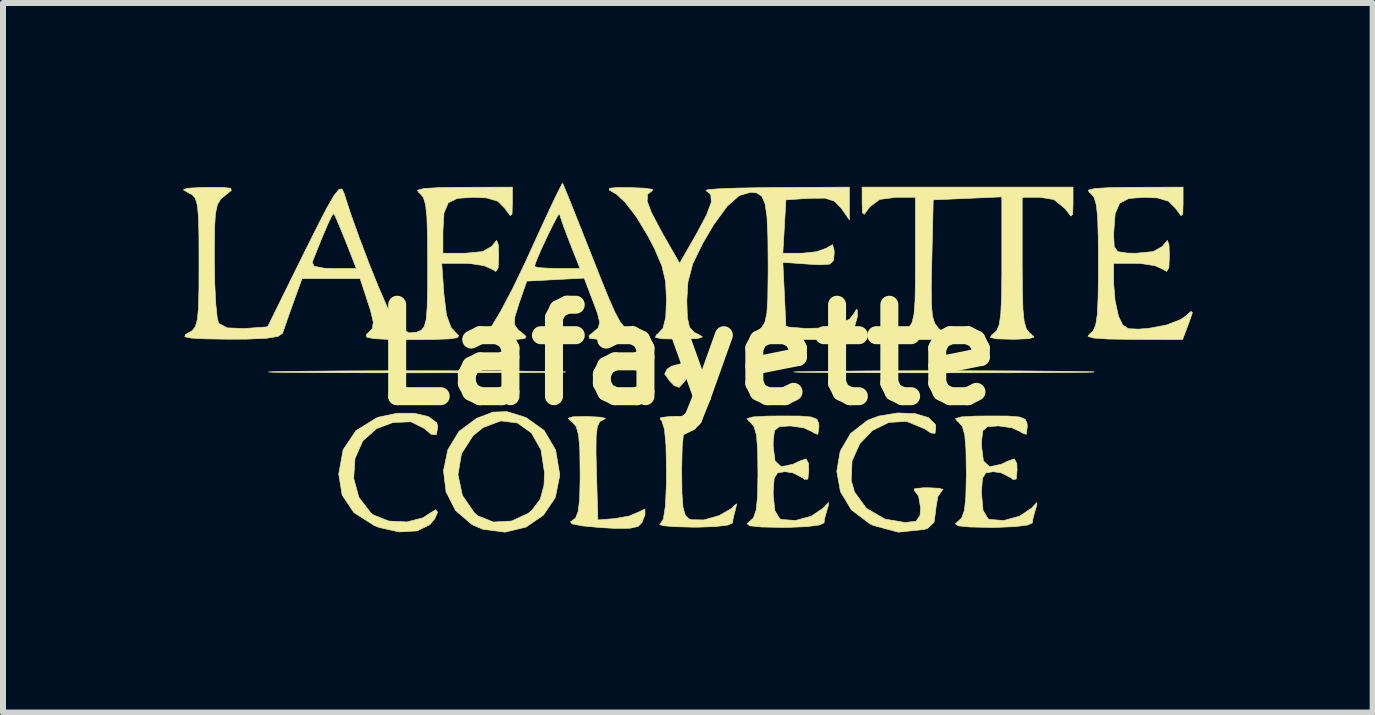
<source format=kicad_pcb>
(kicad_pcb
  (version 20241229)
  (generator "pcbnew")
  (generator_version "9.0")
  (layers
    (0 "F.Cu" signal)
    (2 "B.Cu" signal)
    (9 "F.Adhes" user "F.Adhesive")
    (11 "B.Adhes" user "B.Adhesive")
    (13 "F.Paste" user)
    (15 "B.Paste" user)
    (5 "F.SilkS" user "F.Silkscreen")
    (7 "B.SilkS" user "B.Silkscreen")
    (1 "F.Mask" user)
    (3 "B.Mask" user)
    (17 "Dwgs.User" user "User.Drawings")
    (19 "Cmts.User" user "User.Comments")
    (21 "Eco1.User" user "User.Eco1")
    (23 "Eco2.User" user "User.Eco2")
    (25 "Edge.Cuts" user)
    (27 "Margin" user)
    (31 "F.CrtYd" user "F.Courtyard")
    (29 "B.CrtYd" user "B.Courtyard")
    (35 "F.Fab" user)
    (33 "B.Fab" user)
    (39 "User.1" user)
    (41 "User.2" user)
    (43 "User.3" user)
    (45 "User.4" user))
  (footprint "Lafayette"
    (layer "F.Cu")
    (at 8.394 2.862)
    (property "Reference" "Lafayette" (at 0 0 0) (layer "F.SilkS") (effects (font (size 1.524 1.524) (thickness 0.3))))
    (attr through_hole)
    (fp_poly (pts (xy 0.014 0.222) (xy 0.003 0.375) (xy -0.037 0.444) (xy -0.128 0.543) (xy -0.211 0.513) (xy -0.281 0.441) (xy -0.369 0.319) (xy -0.327 0.238) (xy -0.258 0.191) (xy -0.086 0.145) (xy 0.014 0.222)) (stroke (width 0.01) (type solid)) (fill yes) (layer "F.SilkS"))
    (fp_poly (pts (xy -4.048 0.266) (xy -3.21 0.269) (xy -2.477 0.275) (xy -2.167 0.28) (xy -2.02 0.284) (xy -2.028 0.288) (xy -2.184 0.292) (xy -2.482 0.295) (xy -2.913 0.297) (xy -3.472 0.299) (xy -4.151 0.299) (xy -4.487 0.3) (xy -5.217 0.299) (xy -5.83 0.298) (xy -6.319 0.296) (xy -6.676 0.293) (xy -6.896 0.29) (xy -6.97 0.286) (xy -6.892 0.282) (xy -6.655 0.277) (xy -6.498 0.275) (xy -5.76 0.269) (xy -4.921 0.266) (xy -4.048 0.266)) (stroke (width 0.01) (type solid)) (fill yes) (layer "F.SilkS"))
    (fp_poly (pts (xy 5.551 0.269) (xy 6.287 0.275) (xy 6.335 0.275) (xy 6.641 0.28) (xy 6.786 0.284) (xy 6.775 0.288) (xy 6.616 0.292) (xy 6.316 0.295) (xy 5.883 0.297) (xy 5.322 0.299) (xy 4.642 0.299) (xy 4.276 0.3) (xy 3.543 0.299) (xy 2.927 0.298) (xy 2.437 0.296) (xy 2.078 0.293) (xy 1.857 0.29) (xy 1.782 0.286) (xy 1.859 0.282) (xy 2.095 0.278) (xy 2.271 0.275) (xy 3.011 0.269) (xy 3.848 0.266) (xy 4.716 0.266) (xy 5.551 0.269)) (stroke (width 0.01) (type solid)) (fill yes) (layer "F.SilkS"))
    (fp_poly (pts (xy -4.304 1.03) (xy -4.166 1.133) (xy -4.149 1.196) (xy -4.174 1.333) (xy -4.262 1.324) (xy -4.372 1.228) (xy -4.596 1.116) (xy -4.895 1.128) (xy -5.166 1.228) (xy -5.4 1.435) (xy -5.529 1.728) (xy -5.551 2.057) (xy -5.464 2.376) (xy -5.266 2.634) (xy -5.219 2.67) (xy -4.965 2.77) (xy -4.664 2.785) (xy -4.395 2.715) (xy -4.303 2.654) (xy -4.187 2.582) (xy -4.152 2.622) (xy -4.203 2.737) (xy -4.282 2.83) (xy -4.493 2.934) (xy -4.792 2.951) (xy -5.123 2.878) (xy -5.207 2.845) (xy -5.549 2.627) (xy -5.743 2.336) (xy -5.8 1.987) (xy -5.726 1.581) (xy -5.513 1.264) (xy -5.173 1.053) (xy -5.129 1.037) (xy -4.83 0.974) (xy -4.54 0.974) (xy -4.304 1.03)) (stroke (width 0.01) (type solid)) (fill yes) (layer "F.SilkS"))
    (fp_poly (pts (xy -1.651 1.028) (xy -1.443 1.039) (xy -1.354 1.059) (xy -1.379 1.075) (xy -1.449 1.111) (xy -1.491 1.195) (xy -1.511 1.361) (xy -1.513 1.64) (xy -1.506 1.933) (xy -1.482 2.752) (xy -1.191 2.728) (xy -0.959 2.686) (xy -0.794 2.616) (xy -0.789 2.612) (xy -0.698 2.571) (xy -0.697 2.664) (xy -0.747 2.794) (xy -0.81 2.859) (xy -0.948 2.89) (xy -1.195 2.892) (xy -1.439 2.879) (xy -1.737 2.851) (xy -1.911 2.817) (xy -1.939 2.782) (xy -1.926 2.775) (xy -1.854 2.722) (xy -1.81 2.61) (xy -1.786 2.407) (xy -1.778 2.079) (xy -1.778 1.954) (xy -1.783 1.578) (xy -1.803 1.337) (xy -1.843 1.195) (xy -1.91 1.118) (xy -1.926 1.107) (xy -1.978 1.057) (xy -1.898 1.032) (xy -1.668 1.028) (xy -1.651 1.028)) (stroke (width 0.01) (type solid)) (fill yes) (layer "F.SilkS"))
    (fp_poly (pts (xy 0.051 1.03) (xy 0.121 1.056) (xy 0.064 1.107) (xy -0.009 1.177) (xy -0.054 1.305) (xy -0.077 1.526) (xy -0.085 1.876) (xy -0.085 1.946) (xy -0.081 2.311) (xy -0.064 2.54) (xy -0.028 2.669) (xy 0.034 2.732) (xy 0.073 2.748) (xy 0.285 2.751) (xy 0.539 2.679) (xy 0.745 2.56) (xy 0.789 2.514) (xy 0.831 2.483) (xy 0.812 2.568) (xy 0.769 2.738) (xy 0.762 2.801) (xy 0.684 2.837) (xy 0.478 2.862) (xy 0.184 2.872) (xy 0.106 2.872) (xy -0.186 2.864) (xy -0.383 2.849) (xy -0.453 2.829) (xy -0.445 2.823) (xy -0.39 2.735) (xy -0.356 2.515) (xy -0.34 2.149) (xy -0.339 1.947) (xy -0.347 1.514) (xy -0.373 1.235) (xy -0.419 1.094) (xy -0.445 1.072) (xy -0.434 1.046) (xy -0.29 1.029) (xy -0.169 1.025) (xy 0.051 1.03)) (stroke (width 0.01) (type solid)) (fill yes) (layer "F.SilkS"))
    (fp_poly (pts (xy -2.715 1.033) (xy -2.67 1.052) (xy -2.377 1.261) (xy -2.186 1.587) (xy -2.117 1.998) (xy -2.117 2.009) (xy -2.191 2.379) (xy -2.39 2.672) (xy -2.681 2.871) (xy -3.03 2.955) (xy -3.401 2.906) (xy -3.576 2.831) (xy -3.853 2.595) (xy -4.012 2.281) (xy -4.046 1.997) (xy -3.813 1.997) (xy -3.74 2.342) (xy -3.54 2.633) (xy -3.479 2.685) (xy -3.223 2.786) (xy -2.922 2.77) (xy -2.646 2.644) (xy -2.578 2.586) (xy -2.441 2.404) (xy -2.38 2.177) (xy -2.371 1.964) (xy -2.43 1.582) (xy -2.59 1.301) (xy -2.822 1.136) (xy -3.099 1.101) (xy -3.393 1.211) (xy -3.563 1.348) (xy -3.755 1.649) (xy -3.813 1.997) (xy -4.046 1.997) (xy -4.054 1.929) (xy -3.981 1.58) (xy -3.795 1.275) (xy -3.505 1.06) (xy -3.231 0.955) (xy -2.995 0.947) (xy -2.715 1.033)) (stroke (width 0.01) (type solid)) (fill yes) (layer "F.SilkS"))
    (fp_poly (pts (xy 3.804 0.98) (xy 4.028 1.047) (xy 4.142 1.161) (xy 4.149 1.201) (xy 4.136 1.31) (xy 4.066 1.302) (xy 3.96 1.232) (xy 3.662 1.109) (xy 3.364 1.127) (xy 3.094 1.261) (xy 2.88 1.483) (xy 2.753 1.769) (xy 2.739 2.093) (xy 2.794 2.286) (xy 2.993 2.559) (xy 3.301 2.737) (xy 3.636 2.794) (xy 3.819 2.774) (xy 3.886 2.678) (xy 3.895 2.547) (xy 3.862 2.356) (xy 3.789 2.257) (xy 3.795 2.231) (xy 3.935 2.216) (xy 4.022 2.215) (xy 4.206 2.224) (xy 4.27 2.246) (xy 4.255 2.257) (xy 4.182 2.363) (xy 4.149 2.562) (xy 4.149 2.58) (xy 4.12 2.79) (xy 4.014 2.891) (xy 3.958 2.91) (xy 3.524 2.955) (xy 3.106 2.843) (xy 3.048 2.815) (xy 2.742 2.583) (xy 2.56 2.28) (xy 2.499 1.942) (xy 2.556 1.607) (xy 2.728 1.312) (xy 3.012 1.091) (xy 3.197 1.021) (xy 3.512 0.969) (xy 3.804 0.98)) (stroke (width 0.01) (type solid)) (fill yes) (layer "F.SilkS"))
    (fp_poly (pts (xy 6.435 -2.521) (xy 6.43 -2.34) (xy 6.399 -2.312) (xy 6.315 -2.42) (xy 6.303 -2.436) (xy 6.117 -2.587) (xy 5.88 -2.625) (xy 5.588 -2.625) (xy 5.588 -1.528) (xy 5.591 -1.071) (xy 5.601 -0.754) (xy 5.622 -0.549) (xy 5.659 -0.428) (xy 5.713 -0.361) (xy 5.736 -0.345) (xy 5.785 -0.296) (xy 5.703 -0.269) (xy 5.473 -0.259) (xy 5.419 -0.259) (xy 5.162 -0.266) (xy 5.057 -0.29) (xy 5.085 -0.335) (xy 5.101 -0.345) (xy 5.163 -0.401) (xy 5.205 -0.501) (xy 5.231 -0.674) (xy 5.244 -0.95) (xy 5.249 -1.357) (xy 5.249 -1.532) (xy 5.249 -2.632) (xy 4.106 -2.582) (xy 4.082 -1.566) (xy 4.073 -1.134) (xy 4.076 -0.838) (xy 4.093 -0.646) (xy 4.13 -0.526) (xy 4.191 -0.445) (xy 4.239 -0.402) (xy 4.332 -0.32) (xy 4.334 -0.275) (xy 4.22 -0.257) (xy 3.965 -0.254) (xy 3.928 -0.254) (xy 3.657 -0.257) (xy 3.531 -0.272) (xy 3.527 -0.311) (xy 3.619 -0.384) (xy 3.622 -0.386) (xy 3.7 -0.451) (xy 3.753 -0.537) (xy 3.786 -0.676) (xy 3.803 -0.899) (xy 3.809 -1.237) (xy 3.81 -1.571) (xy 3.81 -2.625) (xy 3.482 -2.625) (xy 3.213 -2.589) (xy 3.05 -2.468) (xy 3.037 -2.45) (xy 2.957 -2.341) (xy 2.926 -2.368) (xy 2.921 -2.534) (xy 2.921 -2.794) (xy 6.435 -2.794) (xy 6.435 -2.521)) (stroke (width 0.01) (type solid)) (fill yes) (layer "F.SilkS"))
    (fp_poly (pts (xy 1.875 1.02) (xy 2.071 1.036) (xy 2.167 1.074) (xy 2.199 1.145) (xy 2.201 1.202) (xy 2.183 1.326) (xy 2.114 1.3) (xy 2.1 1.287) (xy 1.949 1.216) (xy 1.725 1.185) (xy 1.719 1.185) (xy 1.54 1.197) (xy 1.46 1.263) (xy 1.44 1.434) (xy 1.439 1.524) (xy 1.47 1.769) (xy 1.575 1.865) (xy 1.771 1.823) (xy 1.868 1.775) (xy 1.986 1.734) (xy 2.028 1.811) (xy 2.032 1.919) (xy 2.017 2.071) (xy 1.961 2.076) (xy 1.93 2.049) (xy 1.768 1.967) (xy 1.634 1.947) (xy 1.512 1.967) (xy 1.456 2.054) (xy 1.44 2.256) (xy 1.439 2.319) (xy 1.465 2.593) (xy 1.546 2.729) (xy 1.573 2.743) (xy 1.809 2.761) (xy 2.074 2.689) (xy 2.276 2.552) (xy 2.276 2.551) (xy 2.36 2.461) (xy 2.359 2.509) (xy 2.34 2.568) (xy 2.294 2.737) (xy 2.286 2.801) (xy 2.208 2.836) (xy 2 2.863) (xy 1.702 2.875) (xy 1.587 2.876) (xy 1.244 2.869) (xy 1.054 2.85) (xy 1.004 2.817) (xy 1.037 2.787) (xy 1.11 2.718) (xy 1.155 2.59) (xy 1.178 2.369) (xy 1.185 2.02) (xy 1.185 1.947) (xy 1.18 1.573) (xy 1.16 1.334) (xy 1.119 1.193) (xy 1.051 1.116) (xy 1.037 1.107) (xy 1.004 1.063) (xy 1.101 1.035) (xy 1.342 1.021) (xy 1.545 1.019) (xy 1.875 1.02)) (stroke (width 0.01) (type solid)) (fill yes) (layer "F.SilkS"))
    (fp_poly (pts (xy 5.347 1.02) (xy 5.542 1.036) (xy 5.638 1.074) (xy 5.67 1.145) (xy 5.673 1.202) (xy 5.654 1.326) (xy 5.585 1.3) (xy 5.571 1.287) (xy 5.42 1.216) (xy 5.196 1.185) (xy 5.19 1.185) (xy 5.011 1.197) (xy 4.932 1.263) (xy 4.911 1.434) (xy 4.911 1.524) (xy 4.942 1.769) (xy 5.046 1.865) (xy 5.242 1.823) (xy 5.34 1.775) (xy 5.457 1.734) (xy 5.499 1.811) (xy 5.503 1.919) (xy 5.488 2.071) (xy 5.432 2.076) (xy 5.402 2.049) (xy 5.24 1.967) (xy 5.105 1.947) (xy 4.984 1.967) (xy 4.927 2.054) (xy 4.911 2.256) (xy 4.911 2.319) (xy 4.936 2.593) (xy 5.017 2.729) (xy 5.044 2.743) (xy 5.28 2.761) (xy 5.546 2.689) (xy 5.747 2.552) (xy 5.748 2.551) (xy 5.832 2.461) (xy 5.831 2.509) (xy 5.811 2.568) (xy 5.765 2.737) (xy 5.757 2.801) (xy 5.679 2.836) (xy 5.471 2.863) (xy 5.173 2.875) (xy 5.059 2.876) (xy 4.715 2.869) (xy 4.525 2.85) (xy 4.475 2.817) (xy 4.508 2.787) (xy 4.581 2.718) (xy 4.626 2.59) (xy 4.649 2.369) (xy 4.657 2.02) (xy 4.657 1.947) (xy 4.651 1.573) (xy 4.631 1.334) (xy 4.591 1.193) (xy 4.523 1.116) (xy 4.508 1.107) (xy 4.475 1.063) (xy 4.572 1.035) (xy 4.814 1.021) (xy 5.016 1.019) (xy 5.347 1.02)) (stroke (width 0.01) (type solid)) (fill yes) (layer "F.SilkS"))
    (fp_poly (pts (xy -2.034 -2.775) (xy -1.948 -2.565) (xy -1.824 -2.254) (xy -1.673 -1.873) (xy -1.618 -1.736) (xy -1.433 -1.267) (xy -1.296 -0.931) (xy -1.194 -0.702) (xy -1.114 -0.554) (xy -1.042 -0.461) (xy -0.964 -0.4) (xy -0.889 -0.355) (xy -0.821 -0.302) (xy -0.865 -0.272) (xy -1.045 -0.259) (xy -1.223 -0.257) (xy -1.494 -0.259) (xy -1.622 -0.276) (xy -1.63 -0.316) (xy -1.567 -0.37) (xy -1.476 -0.448) (xy -1.451 -0.539) (xy -1.489 -0.693) (xy -1.559 -0.882) (xy -1.71 -1.278) (xy -2.189 -1.253) (xy -2.667 -1.228) (xy -2.794 -0.861) (xy -2.866 -0.631) (xy -2.873 -0.502) (xy -2.811 -0.416) (xy -2.756 -0.374) (xy -2.678 -0.306) (xy -2.702 -0.27) (xy -2.852 -0.256) (xy -3.051 -0.254) (xy -3.307 -0.258) (xy -3.418 -0.276) (xy -3.409 -0.319) (xy -3.335 -0.376) (xy -3.24 -0.494) (xy -3.096 -0.736) (xy -2.917 -1.074) (xy -2.724 -1.471) (xy -2.54 -1.471) (xy -2.464 -1.452) (xy -2.273 -1.441) (xy -2.16 -1.439) (xy -1.78 -1.439) (xy -1.949 -1.866) (xy -2.043 -2.114) (xy -2.106 -2.296) (xy -2.122 -2.353) (xy -2.154 -2.312) (xy -2.232 -2.164) (xy -2.333 -1.958) (xy -2.433 -1.742) (xy -2.509 -1.563) (xy -2.54 -1.471) (xy -2.724 -1.471) (xy -2.721 -1.476) (xy -2.624 -1.688) (xy -2.439 -2.095) (xy -2.279 -2.44) (xy -2.157 -2.696) (xy -2.084 -2.837) (xy -2.07 -2.857) (xy -2.034 -2.775)) (stroke (width 0.01) (type solid)) (fill yes) (layer "F.SilkS"))
    (fp_poly (pts (xy 8.269 -2.524) (xy 8.264 -2.345) (xy 8.234 -2.319) (xy 8.152 -2.429) (xy 8.146 -2.439) (xy 8.027 -2.559) (xy 7.843 -2.614) (xy 7.62 -2.625) (xy 7.364 -2.605) (xy 7.212 -2.525) (xy 7.137 -2.351) (xy 7.114 -2.049) (xy 7.113 -1.968) (xy 7.122 -1.799) (xy 7.181 -1.719) (xy 7.337 -1.695) (xy 7.489 -1.693) (xy 7.772 -1.72) (xy 7.928 -1.808) (xy 7.952 -1.841) (xy 8.007 -1.906) (xy 8.034 -1.837) (xy 8.041 -1.655) (xy 8.032 -1.449) (xy 7.993 -1.389) (xy 7.942 -1.422) (xy 7.798 -1.486) (xy 7.563 -1.521) (xy 7.476 -1.524) (xy 7.112 -1.524) (xy 7.112 -1.191) (xy 7.135 -0.907) (xy 7.19 -0.653) (xy 7.199 -0.63) (xy 7.263 -0.496) (xy 7.358 -0.435) (xy 7.535 -0.428) (xy 7.707 -0.443) (xy 7.994 -0.497) (xy 8.227 -0.587) (xy 8.295 -0.632) (xy 8.402 -0.724) (xy 8.424 -0.702) (xy 8.37 -0.546) (xy 8.36 -0.518) (xy 8.26 -0.254) (xy 7.411 -0.257) (xy 7.017 -0.263) (xy 6.779 -0.279) (xy 6.684 -0.308) (xy 6.71 -0.345) (xy 6.772 -0.401) (xy 6.814 -0.501) (xy 6.84 -0.676) (xy 6.853 -0.953) (xy 6.858 -1.361) (xy 6.858 -1.524) (xy 6.855 -1.98) (xy 6.845 -2.296) (xy 6.823 -2.5) (xy 6.787 -2.621) (xy 6.732 -2.688) (xy 6.71 -2.703) (xy 6.688 -2.743) (xy 6.798 -2.771) (xy 7.051 -2.786) (xy 7.415 -2.791) (xy 8.269 -2.794) (xy 8.269 -2.524)) (stroke (width 0.01) (type solid)) (fill yes) (layer "F.SilkS"))
    (fp_poly (pts (xy 2.709 -2.248) (xy 2.575 -2.441) (xy 2.459 -2.561) (xy 2.301 -2.61) (xy 2.045 -2.608) (xy 1.651 -2.582) (xy 1.6 -1.693) (xy 1.926 -1.693) (xy 2.164 -1.718) (xy 2.335 -1.78) (xy 2.354 -1.795) (xy 2.429 -1.836) (xy 2.455 -1.734) (xy 2.455 -1.689) (xy 2.443 -1.568) (xy 2.379 -1.511) (xy 2.218 -1.5) (xy 2.028 -1.511) (xy 1.6 -1.541) (xy 1.626 -1.003) (xy 1.651 -0.466) (xy 1.979 -0.439) (xy 2.254 -0.447) (xy 2.515 -0.504) (xy 2.712 -0.593) (xy 2.794 -0.698) (xy 2.794 -0.702) (xy 2.824 -0.755) (xy 2.839 -0.746) (xy 2.844 -0.643) (xy 2.798 -0.477) (xy 2.754 -0.377) (xy 2.692 -0.312) (xy 2.577 -0.276) (xy 2.377 -0.259) (xy 2.057 -0.254) (xy 1.846 -0.254) (xy 1.46 -0.256) (xy 1.22 -0.264) (xy 1.104 -0.283) (xy 1.087 -0.318) (xy 1.147 -0.372) (xy 1.166 -0.386) (xy 1.248 -0.454) (xy 1.302 -0.546) (xy 1.334 -0.694) (xy 1.349 -0.93) (xy 1.354 -1.29) (xy 1.355 -1.48) (xy 1.351 -1.962) (xy 1.336 -2.3) (xy 1.304 -2.519) (xy 1.249 -2.643) (xy 1.164 -2.698) (xy 1.064 -2.709) (xy 0.875 -2.654) (xy 0.674 -2.478) (xy 0.447 -2.167) (xy 0.264 -1.856) (xy 0.098 -1.515) (xy 0.018 -1.21) (xy 0 -0.901) (xy 0.009 -0.619) (xy 0.045 -0.459) (xy 0.125 -0.373) (xy 0.191 -0.341) (xy 0.26 -0.299) (xy 0.195 -0.274) (xy -0.018 -0.263) (xy -0.127 -0.262) (xy -0.4 -0.267) (xy -0.522 -0.289) (xy -0.509 -0.331) (xy -0.487 -0.345) (xy -0.397 -0.442) (xy -0.351 -0.625) (xy -0.339 -0.923) (xy -0.354 -1.221) (xy -0.415 -1.482) (xy -0.54 -1.774) (xy -0.657 -1.996) (xy -0.841 -2.298) (xy -1.026 -2.54) (xy -1.175 -2.679) (xy -1.186 -2.685) (xy -1.291 -2.745) (xy -1.286 -2.776) (xy -1.15 -2.787) (xy -0.931 -2.786) (xy -0.698 -2.776) (xy -0.572 -2.757) (xy -0.572 -2.738) (xy -0.653 -2.675) (xy -0.661 -2.56) (xy -0.588 -2.366) (xy -0.428 -2.065) (xy -0.398 -2.011) (xy -0.12 -1.524) (xy 0.151 -1.997) (xy 0.327 -2.325) (xy 0.408 -2.541) (xy 0.4 -2.672) (xy 0.318 -2.738) (xy 0.359 -2.753) (xy 0.544 -2.767) (xy 0.845 -2.778) (xy 1.237 -2.785) (xy 1.46 -2.787) (xy 2.709 -2.794) (xy 2.709 -2.248)) (stroke (width 0.01) (type solid)) (fill yes) (layer "F.SilkS"))
    (fp_poly (pts (xy -2.907 -2.524) (xy -2.912 -2.345) (xy -2.942 -2.319) (xy -3.024 -2.429) (xy -3.03 -2.439) (xy -3.149 -2.559) (xy -3.333 -2.614) (xy -3.557 -2.625) (xy -3.822 -2.607) (xy -3.975 -2.532) (xy -4.046 -2.363) (xy -4.064 -2.065) (xy -4.064 -2.025) (xy -4.064 -1.693) (xy -3.687 -1.693) (xy -3.404 -1.72) (xy -3.248 -1.808) (xy -3.224 -1.841) (xy -3.169 -1.906) (xy -3.142 -1.837) (xy -3.135 -1.655) (xy -3.144 -1.449) (xy -3.183 -1.389) (xy -3.234 -1.422) (xy -3.377 -1.485) (xy -3.614 -1.521) (xy -3.71 -1.524) (xy -4.084 -1.524) (xy -4.047 -1.005) (xy -4.005 -0.665) (xy -3.931 -0.458) (xy -3.851 -0.37) (xy -3.8 -0.318) (xy -3.83 -0.284) (xy -3.964 -0.265) (xy -4.224 -0.256) (xy -4.572 -0.254) (xy -4.965 -0.257) (xy -5.211 -0.269) (xy -5.33 -0.293) (xy -5.344 -0.331) (xy -5.315 -0.36) (xy -5.239 -0.439) (xy -5.224 -0.545) (xy -5.268 -0.732) (xy -5.312 -0.868) (xy -5.443 -1.27) (xy -6.412 -1.27) (xy -6.557 -0.868) (xy -6.648 -0.614) (xy -6.716 -0.418) (xy -6.735 -0.36) (xy -6.809 -0.308) (xy -7.005 -0.275) (xy -7.34 -0.261) (xy -7.639 -0.26) (xy -8.026 -0.266) (xy -8.262 -0.279) (xy -8.365 -0.302) (xy -8.353 -0.338) (xy -8.319 -0.357) (xy -8.24 -0.403) (xy -8.187 -0.472) (xy -8.154 -0.593) (xy -8.136 -0.795) (xy -8.129 -1.109) (xy -8.128 -1.54) (xy -8.129 -1.987) (xy -8.137 -2.295) (xy -8.155 -2.491) (xy -8.188 -2.606) (xy -8.242 -2.668) (xy -8.319 -2.707) (xy -8.389 -2.749) (xy -8.326 -2.775) (xy -8.115 -2.787) (xy -8.003 -2.789) (xy -7.729 -2.789) (xy -7.599 -2.775) (xy -7.59 -2.738) (xy -7.678 -2.668) (xy -7.686 -2.662) (xy -7.768 -2.593) (xy -7.822 -2.501) (xy -7.854 -2.352) (xy -7.869 -2.114) (xy -7.873 -1.751) (xy -7.873 -1.583) (xy -7.866 -1.191) (xy -7.849 -0.856) (xy -7.825 -0.619) (xy -7.801 -0.524) (xy -7.658 -0.449) (xy -7.376 -0.438) (xy -7.358 -0.439) (xy -6.985 -0.466) (xy -6.453 -1.545) (xy -6.241 -1.545) (xy -6.213 -1.476) (xy -6.045 -1.443) (xy -5.895 -1.439) (xy -5.506 -1.439) (xy -5.681 -1.884) (xy -5.781 -2.13) (xy -5.855 -2.302) (xy -5.881 -2.353) (xy -5.912 -2.322) (xy -5.978 -2.186) (xy -6.088 -1.927) (xy -6.241 -1.545) (xy -6.453 -1.545) (xy -6.382 -1.688) (xy -6.155 -2.143) (xy -5.99 -2.462) (xy -5.874 -2.66) (xy -5.797 -2.755) (xy -5.748 -2.764) (xy -5.716 -2.704) (xy -5.6 -2.347) (xy -5.455 -1.942) (xy -5.297 -1.527) (xy -5.14 -1.136) (xy -4.997 -0.806) (xy -4.884 -0.572) (xy -4.824 -0.478) (xy -4.629 -0.365) (xy -4.497 -0.378) (xy -4.424 -0.41) (xy -4.374 -0.472) (xy -4.342 -0.592) (xy -4.326 -0.798) (xy -4.319 -1.119) (xy -4.318 -1.525) (xy -4.321 -1.982) (xy -4.331 -2.297) (xy -4.353 -2.501) (xy -4.389 -2.622) (xy -4.444 -2.688) (xy -4.466 -2.703) (xy -4.488 -2.743) (xy -4.378 -2.771) (xy -4.125 -2.786) (xy -3.761 -2.791) (xy -2.907 -2.794) (xy -2.907 -2.524)) (stroke (width 0.01) (type solid)) (fill yes) (layer "F.SilkS")))
  (gr_rect
    (start -3 -3)
    (end 19.822 8.823)
    (stroke (width 0.1) (type default))
    (fill no)
    (layer "Edge.Cuts")))
</source>
